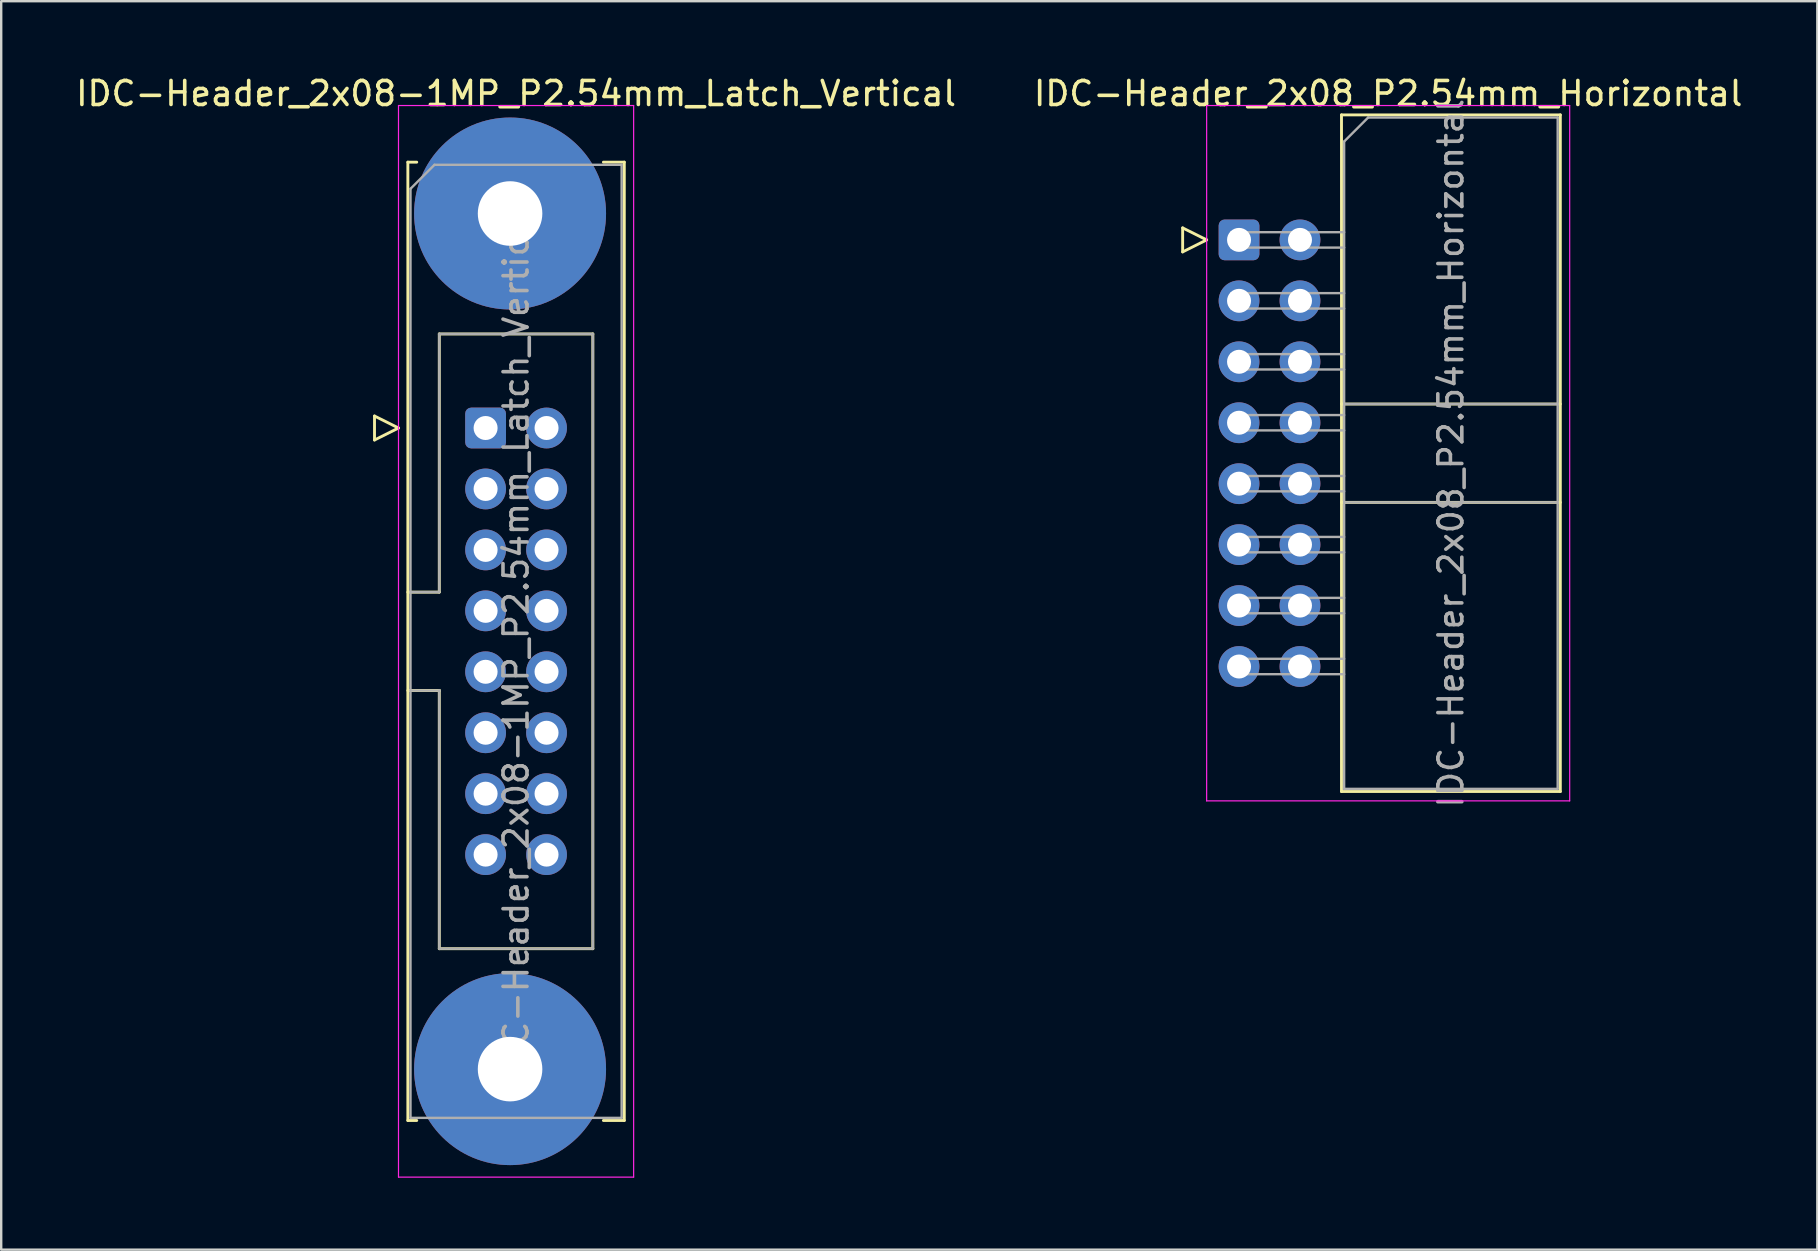
<source format=kicad_pcb>
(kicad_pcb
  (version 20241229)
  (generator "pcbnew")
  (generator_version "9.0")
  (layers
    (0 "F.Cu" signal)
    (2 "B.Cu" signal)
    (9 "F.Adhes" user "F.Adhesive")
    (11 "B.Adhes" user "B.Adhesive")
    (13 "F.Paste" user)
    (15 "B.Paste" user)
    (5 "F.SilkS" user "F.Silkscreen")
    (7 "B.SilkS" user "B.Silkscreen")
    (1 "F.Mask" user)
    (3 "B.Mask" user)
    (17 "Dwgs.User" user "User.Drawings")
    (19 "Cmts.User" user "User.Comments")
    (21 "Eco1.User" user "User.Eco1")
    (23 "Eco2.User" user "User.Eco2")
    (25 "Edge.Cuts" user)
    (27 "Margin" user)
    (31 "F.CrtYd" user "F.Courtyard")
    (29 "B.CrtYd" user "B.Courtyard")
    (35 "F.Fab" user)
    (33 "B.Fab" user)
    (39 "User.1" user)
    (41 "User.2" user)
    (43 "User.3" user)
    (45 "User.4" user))
  (footprint "IDC-Header_2x08_P2.54mm_Horizontal"
    (layer "F.Cu")
    (at 48.589 6.948)
    (property "Reference" "IDC-Header_2x08_P2.54mm_Horizontal" (at 6.215 -6.1 0) (layer "F.SilkS") (effects (font (size 1 1) (thickness 0.15))))
    (attr through_hole)
    (fp_line (start -2.35 -0.5) (end -2.35 0.5) (stroke (width 0.12) (type solid)) (layer "F.SilkS"))
    (fp_line (start -2.35 0.5) (end -1.35 0) (stroke (width 0.12) (type solid)) (layer "F.SilkS"))
    (fp_line (start -1.35 0) (end -2.35 -0.5) (stroke (width 0.12) (type solid)) (layer "F.SilkS"))
    (fp_line (start 4.27 -5.21) (end 13.39 -5.21) (stroke (width 0.12) (type solid)) (layer "F.SilkS"))
    (fp_line (start 4.27 6.84) (end 13.39 6.84) (stroke (width 0.12) (type solid)) (layer "F.SilkS"))
    (fp_line (start 4.27 10.94) (end 13.39 10.94) (stroke (width 0.12) (type solid)) (layer "F.SilkS"))
    (fp_line (start 4.27 22.99) (end 4.27 -5.21) (stroke (width 0.12) (type solid)) (layer "F.SilkS"))
    (fp_line (start 13.39 -5.21) (end 13.39 22.99) (stroke (width 0.12) (type solid)) (layer "F.SilkS"))
    (fp_line (start 13.39 22.99) (end 4.27 22.99) (stroke (width 0.12) (type solid)) (layer "F.SilkS"))
    (fp_line (start -1.35 -5.6) (end -1.35 23.38) (stroke (width 0.05) (type solid)) (layer "F.CrtYd"))
    (fp_line (start -1.35 23.38) (end 13.78 23.38) (stroke (width 0.05) (type solid)) (layer "F.CrtYd"))
    (fp_line (start 13.78 -5.6) (end -1.35 -5.6) (stroke (width 0.05) (type solid)) (layer "F.CrtYd"))
    (fp_line (start 13.78 23.38) (end 13.78 -5.6) (stroke (width 0.05) (type solid)) (layer "F.CrtYd"))
    (fp_line (start -0.32 -0.32) (end -0.32 0.32) (stroke (width 0.1) (type solid)) (layer "F.Fab"))
    (fp_line (start -0.32 0.32) (end 4.38 0.32) (stroke (width 0.1) (type solid)) (layer "F.Fab"))
    (fp_line (start -0.32 2.22) (end -0.32 2.86) (stroke (width 0.1) (type solid)) (layer "F.Fab"))
    (fp_line (start -0.32 2.86) (end 4.38 2.86) (stroke (width 0.1) (type solid)) (layer "F.Fab"))
    (fp_line (start -0.32 4.76) (end -0.32 5.4) (stroke (width 0.1) (type solid)) (layer "F.Fab"))
    (fp_line (start -0.32 5.4) (end 4.38 5.4) (stroke (width 0.1) (type solid)) (layer "F.Fab"))
    (fp_line (start -0.32 7.3) (end -0.32 7.94) (stroke (width 0.1) (type solid)) (layer "F.Fab"))
    (fp_line (start -0.32 7.94) (end 4.38 7.94) (stroke (width 0.1) (type solid)) (layer "F.Fab"))
    (fp_line (start -0.32 9.84) (end -0.32 10.48) (stroke (width 0.1) (type solid)) (layer "F.Fab"))
    (fp_line (start -0.32 10.48) (end 4.38 10.48) (stroke (width 0.1) (type solid)) (layer "F.Fab"))
    (fp_line (start -0.32 12.38) (end -0.32 13.02) (stroke (width 0.1) (type solid)) (layer "F.Fab"))
    (fp_line (start -0.32 13.02) (end 4.38 13.02) (stroke (width 0.1) (type solid)) (layer "F.Fab"))
    (fp_line (start -0.32 14.92) (end -0.32 15.56) (stroke (width 0.1) (type solid)) (layer "F.Fab"))
    (fp_line (start -0.32 15.56) (end 4.38 15.56) (stroke (width 0.1) (type solid)) (layer "F.Fab"))
    (fp_line (start -0.32 17.46) (end -0.32 18.1) (stroke (width 0.1) (type solid)) (layer "F.Fab"))
    (fp_line (start -0.32 18.1) (end 4.38 18.1) (stroke (width 0.1) (type solid)) (layer "F.Fab"))
    (fp_line (start 4.38 -4.1) (end 5.38 -5.1) (stroke (width 0.1) (type solid)) (layer "F.Fab"))
    (fp_line (start 4.38 -0.32) (end -0.32 -0.32) (stroke (width 0.1) (type solid)) (layer "F.Fab"))
    (fp_line (start 4.38 2.22) (end -0.32 2.22) (stroke (width 0.1) (type solid)) (layer "F.Fab"))
    (fp_line (start 4.38 4.76) (end -0.32 4.76) (stroke (width 0.1) (type solid)) (layer "F.Fab"))
    (fp_line (start 4.38 6.84) (end 13.28 6.84) (stroke (width 0.1) (type solid)) (layer "F.Fab"))
    (fp_line (start 4.38 7.3) (end -0.32 7.3) (stroke (width 0.1) (type solid)) (layer "F.Fab"))
    (fp_line (start 4.38 9.84) (end -0.32 9.84) (stroke (width 0.1) (type solid)) (layer "F.Fab"))
    (fp_line (start 4.38 10.94) (end 13.28 10.94) (stroke (width 0.1) (type solid)) (layer "F.Fab"))
    (fp_line (start 4.38 12.38) (end -0.32 12.38) (stroke (width 0.1) (type solid)) (layer "F.Fab"))
    (fp_line (start 4.38 14.92) (end -0.32 14.92) (stroke (width 0.1) (type solid)) (layer "F.Fab"))
    (fp_line (start 4.38 17.46) (end -0.32 17.46) (stroke (width 0.1) (type solid)) (layer "F.Fab"))
    (fp_line (start 4.38 22.88) (end 4.38 -4.1) (stroke (width 0.1) (type solid)) (layer "F.Fab"))
    (fp_line (start 5.38 -5.1) (end 13.28 -5.1) (stroke (width 0.1) (type solid)) (layer "F.Fab"))
    (fp_line (start 13.28 -5.1) (end 13.28 22.88) (stroke (width 0.1) (type solid)) (layer "F.Fab"))
    (fp_line (start 13.28 22.88) (end 4.38 22.88) (stroke (width 0.1) (type solid)) (layer "F.Fab"))
    (fp_text user "${REFERENCE}" (at 8.83 8.89 90) (layer "F.Fab") (effects (font (size 1 1) (thickness 0.15))))
    (pad "1" thru_hole roundrect (at 0 0) (size 1.7 1.7) (drill 1) (layers "*.Cu" "*.Mask") (roundrect_rratio 0.147))
    (pad "2" thru_hole circle (at 2.54 0) (size 1.7 1.7) (drill 1) (layers "*.Cu" "*.Mask"))
    (pad "3" thru_hole circle (at 0 2.54) (size 1.7 1.7) (drill 1) (layers "*.Cu" "*.Mask"))
    (pad "4" thru_hole circle (at 2.54 2.54) (size 1.7 1.7) (drill 1) (layers "*.Cu" "*.Mask"))
    (pad "5" thru_hole circle (at 0 5.08) (size 1.7 1.7) (drill 1) (layers "*.Cu" "*.Mask"))
    (pad "6" thru_hole circle (at 2.54 5.08) (size 1.7 1.7) (drill 1) (layers "*.Cu" "*.Mask"))
    (pad "7" thru_hole circle (at 0 7.62) (size 1.7 1.7) (drill 1) (layers "*.Cu" "*.Mask"))
    (pad "8" thru_hole circle (at 2.54 7.62) (size 1.7 1.7) (drill 1) (layers "*.Cu" "*.Mask"))
    (pad "9" thru_hole circle (at 0 10.16) (size 1.7 1.7) (drill 1) (layers "*.Cu" "*.Mask"))
    (pad "10" thru_hole circle (at 2.54 10.16) (size 1.7 1.7) (drill 1) (layers "*.Cu" "*.Mask"))
    (pad "11" thru_hole circle (at 0 12.7) (size 1.7 1.7) (drill 1) (layers "*.Cu" "*.Mask"))
    (pad "12" thru_hole circle (at 2.54 12.7) (size 1.7 1.7) (drill 1) (layers "*.Cu" "*.Mask"))
    (pad "13" thru_hole circle (at 0 15.24) (size 1.7 1.7) (drill 1) (layers "*.Cu" "*.Mask"))
    (pad "14" thru_hole circle (at 2.54 15.24) (size 1.7 1.7) (drill 1) (layers "*.Cu" "*.Mask"))
    (pad "15" thru_hole circle (at 0 17.78) (size 1.7 1.7) (drill 1) (layers "*.Cu" "*.Mask"))
    (pad "16" thru_hole circle (at 2.54 17.78) (size 1.7 1.7) (drill 1) (layers "*.Cu" "*.Mask")))
  (footprint "IDC-Header_2x08-1MP_P2.54mm_Latch_Vertical"
    (layer "F.Cu")
    (at 17.188 14.788)
    (property "Reference" "IDC-Header_2x08-1MP_P2.54mm_Latch_Vertical" (at 1.27 -13.94 0) (layer "F.SilkS") (effects (font (size 1 1) (thickness 0.15))))
    (attr through_hole)
    (fp_line (start -4.63 -0.5) (end -4.63 0.5) (stroke (width 0.12) (type solid)) (layer "F.SilkS"))
    (fp_line (start -4.63 0.5) (end -3.63 0) (stroke (width 0.12) (type solid)) (layer "F.SilkS"))
    (fp_line (start -3.63 0) (end -4.63 -0.5) (stroke (width 0.12) (type solid)) (layer "F.SilkS"))
    (fp_line (start -3.24 -11.08) (end -3.24 28.86) (stroke (width 0.12) (type solid)) (layer "F.SilkS"))
    (fp_line (start -3.24 6.84) (end -1.93 6.84) (stroke (width 0.12) (type solid)) (layer "F.SilkS"))
    (fp_line (start -3.24 28.86) (end -2.87 28.86) (stroke (width 0.12) (type solid)) (layer "F.SilkS"))
    (fp_line (start -2.87 -11.08) (end -3.24 -11.08) (stroke (width 0.12) (type solid)) (layer "F.SilkS"))
    (fp_line (start -1.93 -3.92) (end 4.47 -3.92) (stroke (width 0.12) (type solid)) (layer "F.SilkS"))
    (fp_line (start -1.93 6.84) (end -1.93 -3.92) (stroke (width 0.12) (type solid)) (layer "F.SilkS"))
    (fp_line (start -1.93 10.94) (end -3.24 10.94) (stroke (width 0.12) (type solid)) (layer "F.SilkS"))
    (fp_line (start -1.93 10.94) (end -1.93 10.94) (stroke (width 0.12) (type solid)) (layer "F.SilkS"))
    (fp_line (start -1.93 21.7) (end -1.93 10.94) (stroke (width 0.12) (type solid)) (layer "F.SilkS"))
    (fp_line (start 4.47 -3.92) (end 4.47 21.7) (stroke (width 0.12) (type solid)) (layer "F.SilkS"))
    (fp_line (start 4.47 21.7) (end -1.93 21.7) (stroke (width 0.12) (type solid)) (layer "F.SilkS"))
    (fp_line (start 4.91 -11.08) (end 5.78 -11.08) (stroke (width 0.12) (type solid)) (layer "F.SilkS"))
    (fp_line (start 5.78 -11.08) (end 5.78 28.86) (stroke (width 0.12) (type solid)) (layer "F.SilkS"))
    (fp_line (start 5.78 28.86) (end 4.91 28.86) (stroke (width 0.12) (type solid)) (layer "F.SilkS"))
    (fp_line (start -3.63 -13.44) (end -3.63 31.22) (stroke (width 0.05) (type solid)) (layer "F.CrtYd"))
    (fp_line (start -3.63 31.22) (end 6.17 31.22) (stroke (width 0.05) (type solid)) (layer "F.CrtYd"))
    (fp_line (start 6.17 -13.44) (end -3.63 -13.44) (stroke (width 0.05) (type solid)) (layer "F.CrtYd"))
    (fp_line (start 6.17 31.22) (end 6.17 -13.44) (stroke (width 0.05) (type solid)) (layer "F.CrtYd"))
    (fp_line (start -3.13 -9.97) (end -2.13 -10.97) (stroke (width 0.1) (type solid)) (layer "F.Fab"))
    (fp_line (start -3.13 6.84) (end -1.93 6.84) (stroke (width 0.1) (type solid)) (layer "F.Fab"))
    (fp_line (start -3.13 28.75) (end -3.13 -9.97) (stroke (width 0.1) (type solid)) (layer "F.Fab"))
    (fp_line (start -2.13 -10.97) (end 5.67 -10.97) (stroke (width 0.1) (type solid)) (layer "F.Fab"))
    (fp_line (start -1.93 -3.92) (end 4.47 -3.92) (stroke (width 0.1) (type solid)) (layer "F.Fab"))
    (fp_line (start -1.93 6.84) (end -1.93 -3.92) (stroke (width 0.1) (type solid)) (layer "F.Fab"))
    (fp_line (start -1.93 10.94) (end -3.13 10.94) (stroke (width 0.1) (type solid)) (layer "F.Fab"))
    (fp_line (start -1.93 10.94) (end -1.93 10.94) (stroke (width 0.1) (type solid)) (layer "F.Fab"))
    (fp_line (start -1.93 21.7) (end -1.93 10.94) (stroke (width 0.1) (type solid)) (layer "F.Fab"))
    (fp_line (start 4.47 -3.92) (end 4.47 21.7) (stroke (width 0.1) (type solid)) (layer "F.Fab"))
    (fp_line (start 4.47 21.7) (end -1.93 21.7) (stroke (width 0.1) (type solid)) (layer "F.Fab"))
    (fp_line (start 5.67 -10.97) (end 5.67 28.75) (stroke (width 0.1) (type solid)) (layer "F.Fab"))
    (fp_line (start 5.67 28.75) (end -3.13 28.75) (stroke (width 0.1) (type solid)) (layer "F.Fab"))
    (fp_text user "${REFERENCE}" (at 1.27 8.89 90) (layer "F.Fab") (effects (font (size 1 1) (thickness 0.15))))
    (pad "1" thru_hole roundrect (at 0 0) (size 1.7 1.7) (drill 1) (layers "*.Cu" "*.Mask") (roundrect_rratio 0.147))
    (pad "2" thru_hole circle (at 2.54 0) (size 1.7 1.7) (drill 1) (layers "*.Cu" "*.Mask"))
    (pad "3" thru_hole circle (at 0 2.54) (size 1.7 1.7) (drill 1) (layers "*.Cu" "*.Mask"))
    (pad "4" thru_hole circle (at 2.54 2.54) (size 1.7 1.7) (drill 1) (layers "*.Cu" "*.Mask"))
    (pad "5" thru_hole circle (at 0 5.08) (size 1.7 1.7) (drill 1) (layers "*.Cu" "*.Mask"))
    (pad "6" thru_hole circle (at 2.54 5.08) (size 1.7 1.7) (drill 1) (layers "*.Cu" "*.Mask"))
    (pad "7" thru_hole circle (at 0 7.62) (size 1.7 1.7) (drill 1) (layers "*.Cu" "*.Mask"))
    (pad "8" thru_hole circle (at 2.54 7.62) (size 1.7 1.7) (drill 1) (layers "*.Cu" "*.Mask"))
    (pad "9" thru_hole circle (at 0 10.16) (size 1.7 1.7) (drill 1) (layers "*.Cu" "*.Mask"))
    (pad "10" thru_hole circle (at 2.54 10.16) (size 1.7 1.7) (drill 1) (layers "*.Cu" "*.Mask"))
    (pad "11" thru_hole circle (at 0 12.7) (size 1.7 1.7) (drill 1) (layers "*.Cu" "*.Mask"))
    (pad "12" thru_hole circle (at 2.54 12.7) (size 1.7 1.7) (drill 1) (layers "*.Cu" "*.Mask"))
    (pad "13" thru_hole circle (at 0 15.24) (size 1.7 1.7) (drill 1) (layers "*.Cu" "*.Mask"))
    (pad "14" thru_hole circle (at 2.54 15.24) (size 1.7 1.7) (drill 1) (layers "*.Cu" "*.Mask"))
    (pad "15" thru_hole circle (at 0 17.78) (size 1.7 1.7) (drill 1) (layers "*.Cu" "*.Mask"))
    (pad "16" thru_hole circle (at 2.54 17.78) (size 1.7 1.7) (drill 1) (layers "*.Cu" "*.Mask"))
    (pad "MP" thru_hole circle (at 1.02 -8.94) (size 8 8) (drill 2.69) (layers "*.Cu" "*.Mask"))
    (pad "MP" thru_hole circle (at 1.02 26.72) (size 8 8) (drill 2.69) (layers "*.Cu" "*.Mask")))
  (gr_rect
    (start -3 -3)
    (end 72.69 49.033)
    (stroke (width 0.1) (type default))
    (fill no)
    (layer "Edge.Cuts")))
</source>
